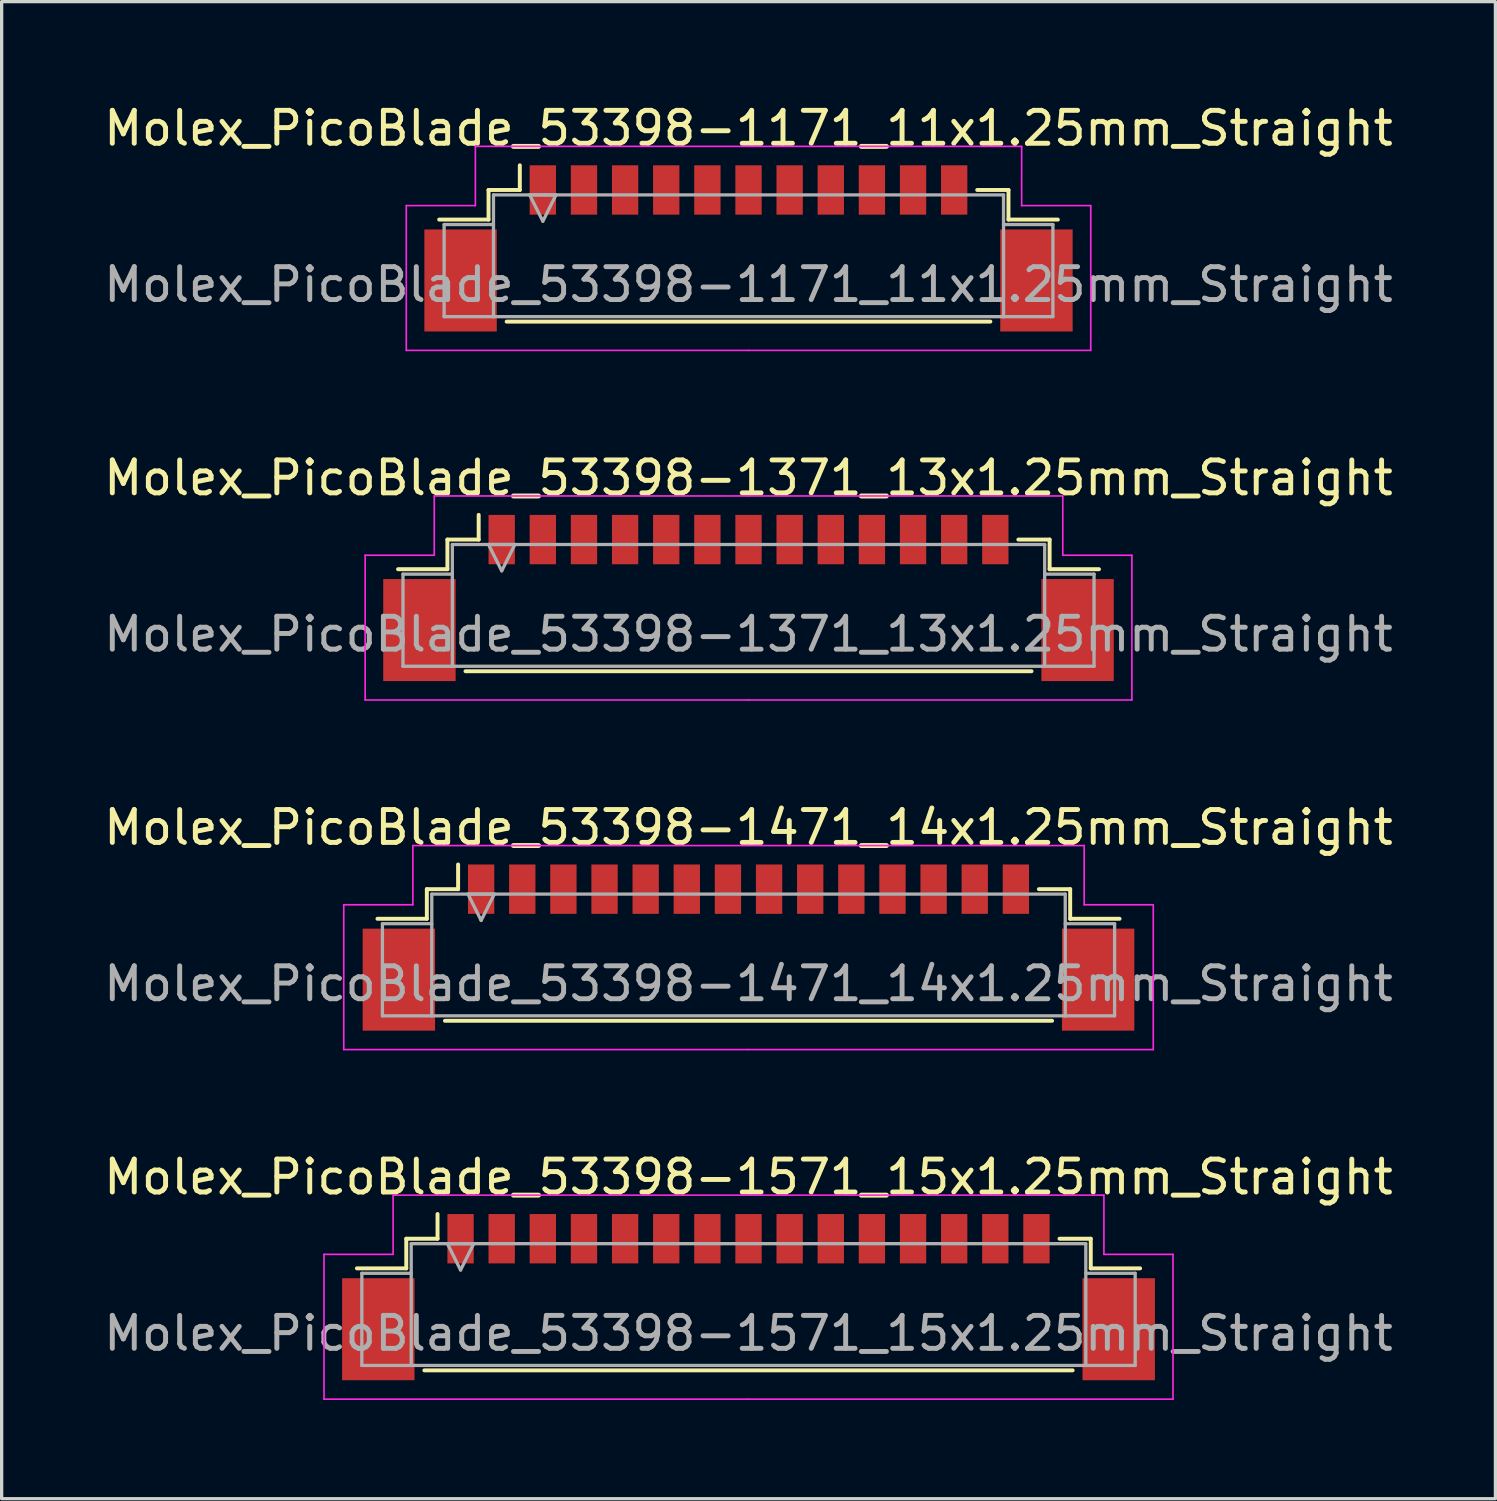
<source format=kicad_pcb>
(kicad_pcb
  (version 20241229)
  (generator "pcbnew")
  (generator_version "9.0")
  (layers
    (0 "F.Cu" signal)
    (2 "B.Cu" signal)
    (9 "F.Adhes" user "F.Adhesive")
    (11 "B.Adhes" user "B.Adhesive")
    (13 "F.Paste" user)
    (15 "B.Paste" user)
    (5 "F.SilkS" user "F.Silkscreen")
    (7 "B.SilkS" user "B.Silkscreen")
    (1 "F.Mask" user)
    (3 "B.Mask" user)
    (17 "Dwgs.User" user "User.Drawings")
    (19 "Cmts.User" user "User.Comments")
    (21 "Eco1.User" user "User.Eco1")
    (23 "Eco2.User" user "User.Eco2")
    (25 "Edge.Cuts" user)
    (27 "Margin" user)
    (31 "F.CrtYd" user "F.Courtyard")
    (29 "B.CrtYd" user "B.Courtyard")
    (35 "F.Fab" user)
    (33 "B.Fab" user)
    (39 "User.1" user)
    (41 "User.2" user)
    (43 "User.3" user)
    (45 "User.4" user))
  (footprint "Molex_PicoBlade_53398-1371_13x1.25mm_Straight"
    (layer "F.Cu")
    (at 19.696 14.722)
    (property "Reference" "Molex_PicoBlade_53398-1371_13x1.25mm_Straight" (at 0 -3.25 0) (layer "F.SilkS") (effects (font (size 1 1) (thickness 0.15))))
    (attr smd)
    (fp_line (start -9.15 -1.375) (end -9.15 -0.475) (stroke (width 0.12) (type solid)) (layer "F.SilkS"))
    (fp_line (start -9.15 -0.475) (end -10.65 -0.475) (stroke (width 0.12) (type solid)) (layer "F.SilkS"))
    (fp_line (start -8.6 2.625) (end 8.6 2.625) (stroke (width 0.12) (type solid)) (layer "F.SilkS"))
    (fp_line (start -8.2 -1.375) (end -9.15 -1.375) (stroke (width 0.12) (type solid)) (layer "F.SilkS"))
    (fp_line (start -8.2 -1.375) (end -8.2 -2.125) (stroke (width 0.12) (type solid)) (layer "F.SilkS"))
    (fp_line (start 8.2 -1.375) (end 9.15 -1.375) (stroke (width 0.12) (type solid)) (layer "F.SilkS"))
    (fp_line (start 9.15 -1.375) (end 9.15 -0.475) (stroke (width 0.12) (type solid)) (layer "F.SilkS"))
    (fp_line (start 9.15 -0.475) (end 10.65 -0.475) (stroke (width 0.12) (type solid)) (layer "F.SilkS"))
    (fp_line (start -11.65 -0.9) (end -11.65 3.5) (stroke (width 0.05) (type solid)) (layer "F.CrtYd"))
    (fp_line (start -11.65 3.5) (end 0 3.5) (stroke (width 0.05) (type solid)) (layer "F.CrtYd"))
    (fp_line (start -9.55 -2.7) (end -9.55 -0.9) (stroke (width 0.05) (type solid)) (layer "F.CrtYd"))
    (fp_line (start -9.55 -0.9) (end -11.65 -0.9) (stroke (width 0.05) (type solid)) (layer "F.CrtYd"))
    (fp_line (start 0 -2.7) (end -9.55 -2.7) (stroke (width 0.05) (type solid)) (layer "F.CrtYd"))
    (fp_line (start 0 -2.7) (end 9.55 -2.7) (stroke (width 0.05) (type solid)) (layer "F.CrtYd"))
    (fp_line (start 9.55 -2.7) (end 9.55 -0.9) (stroke (width 0.05) (type solid)) (layer "F.CrtYd"))
    (fp_line (start 9.55 -0.9) (end 11.65 -0.9) (stroke (width 0.05) (type solid)) (layer "F.CrtYd"))
    (fp_line (start 11.65 -0.9) (end 11.65 3.5) (stroke (width 0.05) (type solid)) (layer "F.CrtYd"))
    (fp_line (start 11.65 3.5) (end 0 3.5) (stroke (width 0.05) (type solid)) (layer "F.CrtYd"))
    (fp_line (start -10.5 -0.325) (end -9 -0.325) (stroke (width 0.1) (type solid)) (layer "F.Fab"))
    (fp_line (start -10.5 2.475) (end -10.5 -0.325) (stroke (width 0.1) (type solid)) (layer "F.Fab"))
    (fp_line (start -9 -1.225) (end -9 2.475) (stroke (width 0.1) (type solid)) (layer "F.Fab"))
    (fp_line (start -9 2.475) (end -10.5 2.475) (stroke (width 0.1) (type solid)) (layer "F.Fab"))
    (fp_line (start -9 2.475) (end 9 2.475) (stroke (width 0.1) (type solid)) (layer "F.Fab"))
    (fp_line (start -7.9 -1.225) (end -7.5 -0.425) (stroke (width 0.1) (type solid)) (layer "F.Fab"))
    (fp_line (start -7.5 -0.425) (end -7.1 -1.225) (stroke (width 0.1) (type solid)) (layer "F.Fab"))
    (fp_line (start -7.1 -1.225) (end -7.9 -1.225) (stroke (width 0.1) (type solid)) (layer "F.Fab"))
    (fp_line (start 9 -1.225) (end -9 -1.225) (stroke (width 0.1) (type solid)) (layer "F.Fab"))
    (fp_line (start 9 2.475) (end 9 -1.225) (stroke (width 0.1) (type solid)) (layer "F.Fab"))
    (fp_line (start 9 2.475) (end 10.5 2.475) (stroke (width 0.1) (type solid)) (layer "F.Fab"))
    (fp_line (start 10.5 -0.325) (end 9 -0.325) (stroke (width 0.1) (type solid)) (layer "F.Fab"))
    (fp_line (start 10.5 2.475) (end 10.5 -0.325) (stroke (width 0.1) (type solid)) (layer "F.Fab"))
    (fp_text user "${REFERENCE}" (at 0 1.5 0) (layer "F.Fab") (effects (font (size 1 1) (thickness 0.15))))
    (pad "" smd rect (at -10 1.375) (size 2.2 3.1) (layers "F.Cu" "F.Mask" "F.Paste"))
    (pad "" smd rect (at 10 1.375) (size 2.2 3.1) (layers "F.Cu" "F.Mask" "F.Paste"))
    (pad "1" smd rect (at -7.5 -1.375) (size 0.8 1.5) (layers "F.Cu" "F.Mask" "F.Paste"))
    (pad "2" smd rect (at -6.25 -1.375) (size 0.8 1.5) (layers "F.Cu" "F.Mask" "F.Paste"))
    (pad "3" smd rect (at -5 -1.375) (size 0.8 1.5) (layers "F.Cu" "F.Mask" "F.Paste"))
    (pad "4" smd rect (at -3.75 -1.375) (size 0.8 1.5) (layers "F.Cu" "F.Mask" "F.Paste"))
    (pad "5" smd rect (at -2.5 -1.375) (size 0.8 1.5) (layers "F.Cu" "F.Mask" "F.Paste"))
    (pad "6" smd rect (at -1.25 -1.375) (size 0.8 1.5) (layers "F.Cu" "F.Mask" "F.Paste"))
    (pad "7" smd rect (at 0 -1.375) (size 0.8 1.5) (layers "F.Cu" "F.Mask" "F.Paste"))
    (pad "8" smd rect (at 1.25 -1.375) (size 0.8 1.5) (layers "F.Cu" "F.Mask" "F.Paste"))
    (pad "9" smd rect (at 2.5 -1.375) (size 0.8 1.5) (layers "F.Cu" "F.Mask" "F.Paste"))
    (pad "10" smd rect (at 3.75 -1.375) (size 0.8 1.5) (layers "F.Cu" "F.Mask" "F.Paste"))
    (pad "11" smd rect (at 5 -1.375) (size 0.8 1.5) (layers "F.Cu" "F.Mask" "F.Paste"))
    (pad "12" smd rect (at 6.25 -1.375) (size 0.8 1.5) (layers "F.Cu" "F.Mask" "F.Paste"))
    (pad "13" smd rect (at 7.5 -1.375) (size 0.8 1.5) (layers "F.Cu" "F.Mask" "F.Paste")))
  (footprint "Molex_PicoBlade_53398-1471_14x1.25mm_Straight"
    (layer "F.Cu")
    (at 19.696 25.345)
    (property "Reference" "Molex_PicoBlade_53398-1471_14x1.25mm_Straight" (at 0 -3.25 0) (layer "F.SilkS") (effects (font (size 1 1) (thickness 0.15))))
    (attr smd)
    (fp_line (start -9.775 -1.375) (end -9.775 -0.475) (stroke (width 0.12) (type solid)) (layer "F.SilkS"))
    (fp_line (start -9.775 -0.475) (end -11.275 -0.475) (stroke (width 0.12) (type solid)) (layer "F.SilkS"))
    (fp_line (start -9.225 2.625) (end 9.225 2.625) (stroke (width 0.12) (type solid)) (layer "F.SilkS"))
    (fp_line (start -8.825 -1.375) (end -9.775 -1.375) (stroke (width 0.12) (type solid)) (layer "F.SilkS"))
    (fp_line (start -8.825 -1.375) (end -8.825 -2.125) (stroke (width 0.12) (type solid)) (layer "F.SilkS"))
    (fp_line (start 8.825 -1.375) (end 9.775 -1.375) (stroke (width 0.12) (type solid)) (layer "F.SilkS"))
    (fp_line (start 9.775 -1.375) (end 9.775 -0.475) (stroke (width 0.12) (type solid)) (layer "F.SilkS"))
    (fp_line (start 9.775 -0.475) (end 11.275 -0.475) (stroke (width 0.12) (type solid)) (layer "F.SilkS"))
    (fp_line (start -12.3 -0.9) (end -12.3 3.5) (stroke (width 0.05) (type solid)) (layer "F.CrtYd"))
    (fp_line (start -12.3 3.5) (end 0 3.5) (stroke (width 0.05) (type solid)) (layer "F.CrtYd"))
    (fp_line (start -10.2 -2.7) (end -10.2 -0.9) (stroke (width 0.05) (type solid)) (layer "F.CrtYd"))
    (fp_line (start -10.2 -0.9) (end -12.3 -0.9) (stroke (width 0.05) (type solid)) (layer "F.CrtYd"))
    (fp_line (start 0 -2.7) (end -10.2 -2.7) (stroke (width 0.05) (type solid)) (layer "F.CrtYd"))
    (fp_line (start 0 -2.7) (end 10.2 -2.7) (stroke (width 0.05) (type solid)) (layer "F.CrtYd"))
    (fp_line (start 10.2 -2.7) (end 10.2 -0.9) (stroke (width 0.05) (type solid)) (layer "F.CrtYd"))
    (fp_line (start 10.2 -0.9) (end 12.3 -0.9) (stroke (width 0.05) (type solid)) (layer "F.CrtYd"))
    (fp_line (start 12.3 -0.9) (end 12.3 3.5) (stroke (width 0.05) (type solid)) (layer "F.CrtYd"))
    (fp_line (start 12.3 3.5) (end 0 3.5) (stroke (width 0.05) (type solid)) (layer "F.CrtYd"))
    (fp_line (start -11.125 -0.325) (end -9.625 -0.325) (stroke (width 0.1) (type solid)) (layer "F.Fab"))
    (fp_line (start -11.125 2.475) (end -11.125 -0.325) (stroke (width 0.1) (type solid)) (layer "F.Fab"))
    (fp_line (start -9.625 -1.225) (end -9.625 2.475) (stroke (width 0.1) (type solid)) (layer "F.Fab"))
    (fp_line (start -9.625 2.475) (end -11.125 2.475) (stroke (width 0.1) (type solid)) (layer "F.Fab"))
    (fp_line (start -9.625 2.475) (end 9.625 2.475) (stroke (width 0.1) (type solid)) (layer "F.Fab"))
    (fp_line (start -8.525 -1.225) (end -8.125 -0.425) (stroke (width 0.1) (type solid)) (layer "F.Fab"))
    (fp_line (start -8.125 -0.425) (end -7.725 -1.225) (stroke (width 0.1) (type solid)) (layer "F.Fab"))
    (fp_line (start -7.725 -1.225) (end -8.525 -1.225) (stroke (width 0.1) (type solid)) (layer "F.Fab"))
    (fp_line (start 9.625 -1.225) (end -9.625 -1.225) (stroke (width 0.1) (type solid)) (layer "F.Fab"))
    (fp_line (start 9.625 2.475) (end 9.625 -1.225) (stroke (width 0.1) (type solid)) (layer "F.Fab"))
    (fp_line (start 9.625 2.475) (end 11.125 2.475) (stroke (width 0.1) (type solid)) (layer "F.Fab"))
    (fp_line (start 11.125 -0.325) (end 9.625 -0.325) (stroke (width 0.1) (type solid)) (layer "F.Fab"))
    (fp_line (start 11.125 2.475) (end 11.125 -0.325) (stroke (width 0.1) (type solid)) (layer "F.Fab"))
    (fp_text user "${REFERENCE}" (at 0 1.5 0) (layer "F.Fab") (effects (font (size 1 1) (thickness 0.15))))
    (pad "" smd rect (at -10.625 1.375) (size 2.2 3.1) (layers "F.Cu" "F.Mask" "F.Paste"))
    (pad "" smd rect (at 10.625 1.375) (size 2.2 3.1) (layers "F.Cu" "F.Mask" "F.Paste"))
    (pad "1" smd rect (at -8.125 -1.375) (size 0.8 1.5) (layers "F.Cu" "F.Mask" "F.Paste"))
    (pad "2" smd rect (at -6.875 -1.375) (size 0.8 1.5) (layers "F.Cu" "F.Mask" "F.Paste"))
    (pad "3" smd rect (at -5.625 -1.375) (size 0.8 1.5) (layers "F.Cu" "F.Mask" "F.Paste"))
    (pad "4" smd rect (at -4.375 -1.375) (size 0.8 1.5) (layers "F.Cu" "F.Mask" "F.Paste"))
    (pad "5" smd rect (at -3.125 -1.375) (size 0.8 1.5) (layers "F.Cu" "F.Mask" "F.Paste"))
    (pad "6" smd rect (at -1.875 -1.375) (size 0.8 1.5) (layers "F.Cu" "F.Mask" "F.Paste"))
    (pad "7" smd rect (at -0.625 -1.375) (size 0.8 1.5) (layers "F.Cu" "F.Mask" "F.Paste"))
    (pad "8" smd rect (at 0.625 -1.375) (size 0.8 1.5) (layers "F.Cu" "F.Mask" "F.Paste"))
    (pad "9" smd rect (at 1.875 -1.375) (size 0.8 1.5) (layers "F.Cu" "F.Mask" "F.Paste"))
    (pad "10" smd rect (at 3.125 -1.375) (size 0.8 1.5) (layers "F.Cu" "F.Mask" "F.Paste"))
    (pad "11" smd rect (at 4.375 -1.375) (size 0.8 1.5) (layers "F.Cu" "F.Mask" "F.Paste"))
    (pad "12" smd rect (at 5.625 -1.375) (size 0.8 1.5) (layers "F.Cu" "F.Mask" "F.Paste"))
    (pad "13" smd rect (at 6.875 -1.375) (size 0.8 1.5) (layers "F.Cu" "F.Mask" "F.Paste"))
    (pad "14" smd rect (at 8.125 -1.375) (size 0.8 1.5) (layers "F.Cu" "F.Mask" "F.Paste")))
  (footprint "Molex_PicoBlade_53398-1571_15x1.25mm_Straight"
    (layer "F.Cu")
    (at 19.696 35.968)
    (property "Reference" "Molex_PicoBlade_53398-1571_15x1.25mm_Straight" (at 0 -3.25 0) (layer "F.SilkS") (effects (font (size 1 1) (thickness 0.15))))
    (attr smd)
    (fp_line (start -10.4 -1.375) (end -10.4 -0.475) (stroke (width 0.12) (type solid)) (layer "F.SilkS"))
    (fp_line (start -10.4 -0.475) (end -11.9 -0.475) (stroke (width 0.12) (type solid)) (layer "F.SilkS"))
    (fp_line (start -9.85 2.625) (end 9.85 2.625) (stroke (width 0.12) (type solid)) (layer "F.SilkS"))
    (fp_line (start -9.45 -1.375) (end -10.4 -1.375) (stroke (width 0.12) (type solid)) (layer "F.SilkS"))
    (fp_line (start -9.45 -1.375) (end -9.45 -2.125) (stroke (width 0.12) (type solid)) (layer "F.SilkS"))
    (fp_line (start 9.45 -1.375) (end 10.4 -1.375) (stroke (width 0.12) (type solid)) (layer "F.SilkS"))
    (fp_line (start 10.4 -1.375) (end 10.4 -0.475) (stroke (width 0.12) (type solid)) (layer "F.SilkS"))
    (fp_line (start 10.4 -0.475) (end 11.9 -0.475) (stroke (width 0.12) (type solid)) (layer "F.SilkS"))
    (fp_line (start -12.9 -0.9) (end -12.9 3.5) (stroke (width 0.05) (type solid)) (layer "F.CrtYd"))
    (fp_line (start -12.9 3.5) (end 0 3.5) (stroke (width 0.05) (type solid)) (layer "F.CrtYd"))
    (fp_line (start -10.8 -2.7) (end -10.8 -0.9) (stroke (width 0.05) (type solid)) (layer "F.CrtYd"))
    (fp_line (start -10.8 -0.9) (end -12.9 -0.9) (stroke (width 0.05) (type solid)) (layer "F.CrtYd"))
    (fp_line (start 0 -2.7) (end -10.8 -2.7) (stroke (width 0.05) (type solid)) (layer "F.CrtYd"))
    (fp_line (start 0 -2.7) (end 10.8 -2.7) (stroke (width 0.05) (type solid)) (layer "F.CrtYd"))
    (fp_line (start 10.8 -2.7) (end 10.8 -0.9) (stroke (width 0.05) (type solid)) (layer "F.CrtYd"))
    (fp_line (start 10.8 -0.9) (end 12.9 -0.9) (stroke (width 0.05) (type solid)) (layer "F.CrtYd"))
    (fp_line (start 12.9 -0.9) (end 12.9 3.5) (stroke (width 0.05) (type solid)) (layer "F.CrtYd"))
    (fp_line (start 12.9 3.5) (end 0 3.5) (stroke (width 0.05) (type solid)) (layer "F.CrtYd"))
    (fp_line (start -11.75 -0.325) (end -10.25 -0.325) (stroke (width 0.1) (type solid)) (layer "F.Fab"))
    (fp_line (start -11.75 2.475) (end -11.75 -0.325) (stroke (width 0.1) (type solid)) (layer "F.Fab"))
    (fp_line (start -10.25 -1.225) (end -10.25 2.475) (stroke (width 0.1) (type solid)) (layer "F.Fab"))
    (fp_line (start -10.25 2.475) (end -11.75 2.475) (stroke (width 0.1) (type solid)) (layer "F.Fab"))
    (fp_line (start -10.25 2.475) (end 10.25 2.475) (stroke (width 0.1) (type solid)) (layer "F.Fab"))
    (fp_line (start -9.15 -1.225) (end -8.75 -0.425) (stroke (width 0.1) (type solid)) (layer "F.Fab"))
    (fp_line (start -8.75 -0.425) (end -8.35 -1.225) (stroke (width 0.1) (type solid)) (layer "F.Fab"))
    (fp_line (start -8.35 -1.225) (end -9.15 -1.225) (stroke (width 0.1) (type solid)) (layer "F.Fab"))
    (fp_line (start 10.25 -1.225) (end -10.25 -1.225) (stroke (width 0.1) (type solid)) (layer "F.Fab"))
    (fp_line (start 10.25 2.475) (end 10.25 -1.225) (stroke (width 0.1) (type solid)) (layer "F.Fab"))
    (fp_line (start 10.25 2.475) (end 11.75 2.475) (stroke (width 0.1) (type solid)) (layer "F.Fab"))
    (fp_line (start 11.75 -0.325) (end 10.25 -0.325) (stroke (width 0.1) (type solid)) (layer "F.Fab"))
    (fp_line (start 11.75 2.475) (end 11.75 -0.325) (stroke (width 0.1) (type solid)) (layer "F.Fab"))
    (fp_text user "${REFERENCE}" (at 0 1.5 0) (layer "F.Fab") (effects (font (size 1 1) (thickness 0.15))))
    (pad "" smd rect (at -11.25 1.375) (size 2.2 3.1) (layers "F.Cu" "F.Mask" "F.Paste"))
    (pad "" smd rect (at 11.25 1.375) (size 2.2 3.1) (layers "F.Cu" "F.Mask" "F.Paste"))
    (pad "1" smd rect (at -8.75 -1.375) (size 0.8 1.5) (layers "F.Cu" "F.Mask" "F.Paste"))
    (pad "2" smd rect (at -7.5 -1.375) (size 0.8 1.5) (layers "F.Cu" "F.Mask" "F.Paste"))
    (pad "3" smd rect (at -6.25 -1.375) (size 0.8 1.5) (layers "F.Cu" "F.Mask" "F.Paste"))
    (pad "4" smd rect (at -5 -1.375) (size 0.8 1.5) (layers "F.Cu" "F.Mask" "F.Paste"))
    (pad "5" smd rect (at -3.75 -1.375) (size 0.8 1.5) (layers "F.Cu" "F.Mask" "F.Paste"))
    (pad "6" smd rect (at -2.5 -1.375) (size 0.8 1.5) (layers "F.Cu" "F.Mask" "F.Paste"))
    (pad "7" smd rect (at -1.25 -1.375) (size 0.8 1.5) (layers "F.Cu" "F.Mask" "F.Paste"))
    (pad "8" smd rect (at 0 -1.375) (size 0.8 1.5) (layers "F.Cu" "F.Mask" "F.Paste"))
    (pad "9" smd rect (at 1.25 -1.375) (size 0.8 1.5) (layers "F.Cu" "F.Mask" "F.Paste"))
    (pad "10" smd rect (at 2.5 -1.375) (size 0.8 1.5) (layers "F.Cu" "F.Mask" "F.Paste"))
    (pad "11" smd rect (at 3.75 -1.375) (size 0.8 1.5) (layers "F.Cu" "F.Mask" "F.Paste"))
    (pad "12" smd rect (at 5 -1.375) (size 0.8 1.5) (layers "F.Cu" "F.Mask" "F.Paste"))
    (pad "13" smd rect (at 6.25 -1.375) (size 0.8 1.5) (layers "F.Cu" "F.Mask" "F.Paste"))
    (pad "14" smd rect (at 7.5 -1.375) (size 0.8 1.5) (layers "F.Cu" "F.Mask" "F.Paste"))
    (pad "15" smd rect (at 8.75 -1.375) (size 0.8 1.5) (layers "F.Cu" "F.Mask" "F.Paste")))
  (footprint "Molex_PicoBlade_53398-1171_11x1.25mm_Straight"
    (layer "F.Cu")
    (at 19.696 4.098)
    (property "Reference" "Molex_PicoBlade_53398-1171_11x1.25mm_Straight" (at 0 -3.25 0) (layer "F.SilkS") (effects (font (size 1 1) (thickness 0.15))))
    (attr smd)
    (fp_line (start -7.9 -1.375) (end -7.9 -0.475) (stroke (width 0.12) (type solid)) (layer "F.SilkS"))
    (fp_line (start -7.9 -0.475) (end -9.4 -0.475) (stroke (width 0.12) (type solid)) (layer "F.SilkS"))
    (fp_line (start -7.35 2.625) (end 7.35 2.625) (stroke (width 0.12) (type solid)) (layer "F.SilkS"))
    (fp_line (start -6.95 -1.375) (end -7.9 -1.375) (stroke (width 0.12) (type solid)) (layer "F.SilkS"))
    (fp_line (start -6.95 -1.375) (end -6.95 -2.125) (stroke (width 0.12) (type solid)) (layer "F.SilkS"))
    (fp_line (start 6.95 -1.375) (end 7.9 -1.375) (stroke (width 0.12) (type solid)) (layer "F.SilkS"))
    (fp_line (start 7.9 -1.375) (end 7.9 -0.475) (stroke (width 0.12) (type solid)) (layer "F.SilkS"))
    (fp_line (start 7.9 -0.475) (end 9.4 -0.475) (stroke (width 0.12) (type solid)) (layer "F.SilkS"))
    (fp_line (start -10.4 -0.9) (end -10.4 3.5) (stroke (width 0.05) (type solid)) (layer "F.CrtYd"))
    (fp_line (start -10.4 3.5) (end 0 3.5) (stroke (width 0.05) (type solid)) (layer "F.CrtYd"))
    (fp_line (start -8.3 -2.7) (end -8.3 -0.9) (stroke (width 0.05) (type solid)) (layer "F.CrtYd"))
    (fp_line (start -8.3 -0.9) (end -10.4 -0.9) (stroke (width 0.05) (type solid)) (layer "F.CrtYd"))
    (fp_line (start 0 -2.7) (end -8.3 -2.7) (stroke (width 0.05) (type solid)) (layer "F.CrtYd"))
    (fp_line (start 0 -2.7) (end 8.3 -2.7) (stroke (width 0.05) (type solid)) (layer "F.CrtYd"))
    (fp_line (start 8.3 -2.7) (end 8.3 -0.9) (stroke (width 0.05) (type solid)) (layer "F.CrtYd"))
    (fp_line (start 8.3 -0.9) (end 10.4 -0.9) (stroke (width 0.05) (type solid)) (layer "F.CrtYd"))
    (fp_line (start 10.4 -0.9) (end 10.4 3.5) (stroke (width 0.05) (type solid)) (layer "F.CrtYd"))
    (fp_line (start 10.4 3.5) (end 0 3.5) (stroke (width 0.05) (type solid)) (layer "F.CrtYd"))
    (fp_line (start -9.25 -0.325) (end -7.75 -0.325) (stroke (width 0.1) (type solid)) (layer "F.Fab"))
    (fp_line (start -9.25 2.475) (end -9.25 -0.325) (stroke (width 0.1) (type solid)) (layer "F.Fab"))
    (fp_line (start -7.75 -1.225) (end -7.75 2.475) (stroke (width 0.1) (type solid)) (layer "F.Fab"))
    (fp_line (start -7.75 2.475) (end -9.25 2.475) (stroke (width 0.1) (type solid)) (layer "F.Fab"))
    (fp_line (start -7.75 2.475) (end 7.75 2.475) (stroke (width 0.1) (type solid)) (layer "F.Fab"))
    (fp_line (start -6.65 -1.225) (end -6.25 -0.425) (stroke (width 0.1) (type solid)) (layer "F.Fab"))
    (fp_line (start -6.25 -0.425) (end -5.85 -1.225) (stroke (width 0.1) (type solid)) (layer "F.Fab"))
    (fp_line (start -5.85 -1.225) (end -6.65 -1.225) (stroke (width 0.1) (type solid)) (layer "F.Fab"))
    (fp_line (start 7.75 -1.225) (end -7.75 -1.225) (stroke (width 0.1) (type solid)) (layer "F.Fab"))
    (fp_line (start 7.75 2.475) (end 7.75 -1.225) (stroke (width 0.1) (type solid)) (layer "F.Fab"))
    (fp_line (start 7.75 2.475) (end 9.25 2.475) (stroke (width 0.1) (type solid)) (layer "F.Fab"))
    (fp_line (start 9.25 -0.325) (end 7.75 -0.325) (stroke (width 0.1) (type solid)) (layer "F.Fab"))
    (fp_line (start 9.25 2.475) (end 9.25 -0.325) (stroke (width 0.1) (type solid)) (layer "F.Fab"))
    (fp_text user "${REFERENCE}" (at 0 1.5 0) (layer "F.Fab") (effects (font (size 1 1) (thickness 0.15))))
    (pad "" smd rect (at -8.75 1.375) (size 2.2 3.1) (layers "F.Cu" "F.Mask" "F.Paste"))
    (pad "" smd rect (at 8.75 1.375) (size 2.2 3.1) (layers "F.Cu" "F.Mask" "F.Paste"))
    (pad "1" smd rect (at -6.25 -1.375) (size 0.8 1.5) (layers "F.Cu" "F.Mask" "F.Paste"))
    (pad "2" smd rect (at -5 -1.375) (size 0.8 1.5) (layers "F.Cu" "F.Mask" "F.Paste"))
    (pad "3" smd rect (at -3.75 -1.375) (size 0.8 1.5) (layers "F.Cu" "F.Mask" "F.Paste"))
    (pad "4" smd rect (at -2.5 -1.375) (size 0.8 1.5) (layers "F.Cu" "F.Mask" "F.Paste"))
    (pad "5" smd rect (at -1.25 -1.375) (size 0.8 1.5) (layers "F.Cu" "F.Mask" "F.Paste"))
    (pad "6" smd rect (at 0 -1.375) (size 0.8 1.5) (layers "F.Cu" "F.Mask" "F.Paste"))
    (pad "7" smd rect (at 1.25 -1.375) (size 0.8 1.5) (layers "F.Cu" "F.Mask" "F.Paste"))
    (pad "8" smd rect (at 2.5 -1.375) (size 0.8 1.5) (layers "F.Cu" "F.Mask" "F.Paste"))
    (pad "9" smd rect (at 3.75 -1.375) (size 0.8 1.5) (layers "F.Cu" "F.Mask" "F.Paste"))
    (pad "10" smd rect (at 5 -1.375) (size 0.8 1.5) (layers "F.Cu" "F.Mask" "F.Paste"))
    (pad "11" smd rect (at 6.25 -1.375) (size 0.8 1.5) (layers "F.Cu" "F.Mask" "F.Paste")))
  (gr_rect
    (start -3 -3)
    (end 42.393 42.493)
    (stroke (width 0.1) (type default))
    (fill no)
    (layer "Edge.Cuts")))
</source>
